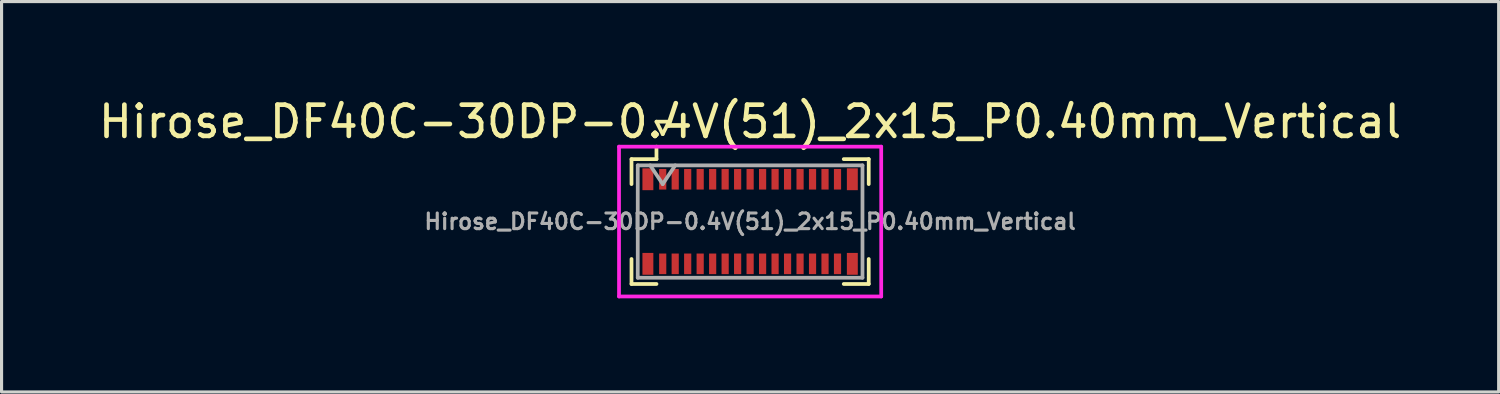
<source format=kicad_pcb>
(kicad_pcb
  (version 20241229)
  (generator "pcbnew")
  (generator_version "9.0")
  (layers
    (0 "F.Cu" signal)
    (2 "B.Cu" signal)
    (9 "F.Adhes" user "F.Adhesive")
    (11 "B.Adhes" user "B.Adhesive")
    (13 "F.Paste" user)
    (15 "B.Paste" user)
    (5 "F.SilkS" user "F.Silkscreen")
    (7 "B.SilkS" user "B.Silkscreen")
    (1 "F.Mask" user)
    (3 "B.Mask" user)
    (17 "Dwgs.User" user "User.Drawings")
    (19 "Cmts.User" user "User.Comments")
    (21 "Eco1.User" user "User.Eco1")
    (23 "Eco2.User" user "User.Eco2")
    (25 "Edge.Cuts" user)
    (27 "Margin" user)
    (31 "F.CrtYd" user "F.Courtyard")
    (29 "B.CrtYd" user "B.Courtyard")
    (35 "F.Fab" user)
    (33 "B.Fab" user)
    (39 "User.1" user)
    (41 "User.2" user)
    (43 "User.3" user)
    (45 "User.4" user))
  (footprint "Hirose_DF40C-30DP-0.4V(51)_2x15_P0.40mm_Vertical"
    (layer "F.Cu")
    (at 20.982 4.048)
    (property "Reference" "Hirose_DF40C-30DP-0.4V(51)_2x15_P0.40mm_Vertical" (at 0 -3.2 0) (layer "F.SilkS") (effects (font (size 1 1) (thickness 0.15))))
    (attr smd)
    (fp_line (start -3.8 -2) (end -3 -2) (stroke (width 0.12) (type solid)) (layer "F.SilkS"))
    (fp_line (start -3.8 -1.2) (end -3.8 -2) (stroke (width 0.12) (type solid)) (layer "F.SilkS"))
    (fp_line (start -3.8 1.2) (end -3.8 2) (stroke (width 0.12) (type solid)) (layer "F.SilkS"))
    (fp_line (start -3.8 2) (end -3 2) (stroke (width 0.12) (type solid)) (layer "F.SilkS"))
    (fp_line (start -3 -3.2) (end -2.6 -3.2) (stroke (width 0.12) (type solid)) (layer "F.SilkS"))
    (fp_line (start -3 -2) (end -3 -2.4) (stroke (width 0.12) (type solid)) (layer "F.SilkS"))
    (fp_line (start -2.8 -2.8) (end -3 -3.2) (stroke (width 0.12) (type solid)) (layer "F.SilkS"))
    (fp_line (start -2.6 -3.2) (end -2.8 -2.8) (stroke (width 0.12) (type solid)) (layer "F.SilkS"))
    (fp_line (start 3 2) (end 3.8 2) (stroke (width 0.12) (type solid)) (layer "F.SilkS"))
    (fp_line (start 3.8 -2) (end 3 -2) (stroke (width 0.12) (type solid)) (layer "F.SilkS"))
    (fp_line (start 3.8 -1.2) (end 3.8 -2) (stroke (width 0.12) (type solid)) (layer "F.SilkS"))
    (fp_line (start 3.8 2) (end 3.8 1.2) (stroke (width 0.12) (type solid)) (layer "F.SilkS"))
    (fp_line (start -4.2 -2.4) (end 4.2 -2.4) (stroke (width 0.12) (type solid)) (layer "F.CrtYd"))
    (fp_line (start -4.2 2.4) (end -4.2 -2.4) (stroke (width 0.12) (type solid)) (layer "F.CrtYd"))
    (fp_line (start 4.2 -2.4) (end 4.2 2.4) (stroke (width 0.12) (type solid)) (layer "F.CrtYd"))
    (fp_line (start 4.2 2.4) (end -4.2 2.4) (stroke (width 0.12) (type solid)) (layer "F.CrtYd"))
    (fp_line (start -3.6 -1.8) (end -3.6 1.8) (stroke (width 0.12) (type solid)) (layer "F.Fab"))
    (fp_line (start -3.6 1.8) (end 3.6 1.8) (stroke (width 0.12) (type solid)) (layer "F.Fab"))
    (fp_line (start -3.2 -1.8) (end -2.8 -1.2) (stroke (width 0.12) (type solid)) (layer "F.Fab"))
    (fp_line (start -2.8 -1.2) (end -2.4 -1.8) (stroke (width 0.12) (type solid)) (layer "F.Fab"))
    (fp_line (start 3.6 -1.8) (end -3.6 -1.8) (stroke (width 0.12) (type solid)) (layer "F.Fab"))
    (fp_line (start 3.6 1.8) (end 3.6 -1.8) (stroke (width 0.12) (type solid)) (layer "F.Fab"))
    (fp_text user "${REFERENCE}" (at 0 0 0) (layer "F.Fab") (effects (font (size 0.5 0.5) (thickness 0.1))))
    (pad "1" smd rect (at -2.8 -1.355 180) (size 0.23 0.66) (layers "F.Cu" "F.Mask" "F.Paste"))
    (pad "2" smd rect (at -2.4 -1.355 180) (size 0.23 0.66) (layers "F.Cu" "F.Mask" "F.Paste"))
    (pad "3" smd rect (at -2 -1.355 180) (size 0.23 0.66) (layers "F.Cu" "F.Mask" "F.Paste"))
    (pad "4" smd rect (at -1.6 -1.355 180) (size 0.23 0.66) (layers "F.Cu" "F.Mask" "F.Paste"))
    (pad "5" smd rect (at -1.2 -1.355 180) (size 0.23 0.66) (layers "F.Cu" "F.Mask" "F.Paste"))
    (pad "6" smd rect (at -0.8 -1.355 180) (size 0.23 0.66) (layers "F.Cu" "F.Mask" "F.Paste"))
    (pad "7" smd rect (at -0.4 -1.355 180) (size 0.23 0.66) (layers "F.Cu" "F.Mask" "F.Paste"))
    (pad "8" smd rect (at 0 -1.355 180) (size 0.23 0.66) (layers "F.Cu" "F.Mask" "F.Paste"))
    (pad "9" smd rect (at 0.4 -1.355 180) (size 0.23 0.66) (layers "F.Cu" "F.Mask" "F.Paste"))
    (pad "10" smd rect (at 0.8 -1.355 180) (size 0.23 0.66) (layers "F.Cu" "F.Mask" "F.Paste"))
    (pad "11" smd rect (at 1.2 -1.355 180) (size 0.23 0.66) (layers "F.Cu" "F.Mask" "F.Paste"))
    (pad "12" smd rect (at 1.6 -1.355 180) (size 0.23 0.66) (layers "F.Cu" "F.Mask" "F.Paste"))
    (pad "13" smd rect (at 2 -1.355 180) (size 0.23 0.66) (layers "F.Cu" "F.Mask" "F.Paste"))
    (pad "14" smd rect (at 2.4 -1.355 180) (size 0.23 0.66) (layers "F.Cu" "F.Mask" "F.Paste"))
    (pad "15" smd rect (at 2.8 -1.355 180) (size 0.23 0.66) (layers "F.Cu" "F.Mask" "F.Paste"))
    (pad "16" smd rect (at 2.8 1.355 180) (size 0.23 0.66) (layers "F.Cu" "F.Mask" "F.Paste"))
    (pad "17" smd rect (at 2.4 1.355 180) (size 0.23 0.66) (layers "F.Cu" "F.Mask" "F.Paste"))
    (pad "18" smd rect (at 2 1.355 180) (size 0.23 0.66) (layers "F.Cu" "F.Mask" "F.Paste"))
    (pad "19" smd rect (at 1.6 1.355 180) (size 0.23 0.66) (layers "F.Cu" "F.Mask" "F.Paste"))
    (pad "20" smd rect (at 1.2 1.355 180) (size 0.23 0.66) (layers "F.Cu" "F.Mask" "F.Paste"))
    (pad "21" smd rect (at 0.8 1.355 180) (size 0.23 0.66) (layers "F.Cu" "F.Mask" "F.Paste"))
    (pad "22" smd rect (at 0.4 1.355 180) (size 0.23 0.66) (layers "F.Cu" "F.Mask" "F.Paste"))
    (pad "23" smd rect (at 0 1.355 180) (size 0.23 0.66) (layers "F.Cu" "F.Mask" "F.Paste"))
    (pad "24" smd rect (at -0.4 1.355 180) (size 0.23 0.66) (layers "F.Cu" "F.Mask" "F.Paste"))
    (pad "25" smd rect (at -0.8 1.355 180) (size 0.23 0.66) (layers "F.Cu" "F.Mask" "F.Paste"))
    (pad "26" smd rect (at -1.2 1.355 180) (size 0.23 0.66) (layers "F.Cu" "F.Mask" "F.Paste"))
    (pad "27" smd rect (at -1.6 1.355 180) (size 0.23 0.66) (layers "F.Cu" "F.Mask" "F.Paste"))
    (pad "28" smd rect (at -2 1.355 180) (size 0.23 0.66) (layers "F.Cu" "F.Mask" "F.Paste"))
    (pad "29" smd rect (at -2.4 1.355 180) (size 0.23 0.66) (layers "F.Cu" "F.Mask" "F.Paste"))
    (pad "30" smd rect (at -2.8 1.355 180) (size 0.23 0.66) (layers "F.Cu" "F.Mask" "F.Paste"))
    (pad "MP" smd rect (at -3.275 -1.355) (size 0.35 0.7) (layers "F.Cu" "F.Mask" "F.Paste"))
    (pad "MP" smd rect (at -3.275 1.355) (size 0.35 0.7) (layers "F.Cu" "F.Mask" "F.Paste"))
    (pad "MP" smd rect (at 3.275 -1.355) (size 0.35 0.7) (layers "F.Cu" "F.Mask" "F.Paste"))
    (pad "MP" smd rect (at 3.275 1.355) (size 0.35 0.7) (layers "F.Cu" "F.Mask" "F.Paste")))
  (gr_rect
    (start -3 -3)
    (end 44.964 9.508)
    (stroke (width 0.1) (type default))
    (fill no)
    (layer "Edge.Cuts")))
</source>
